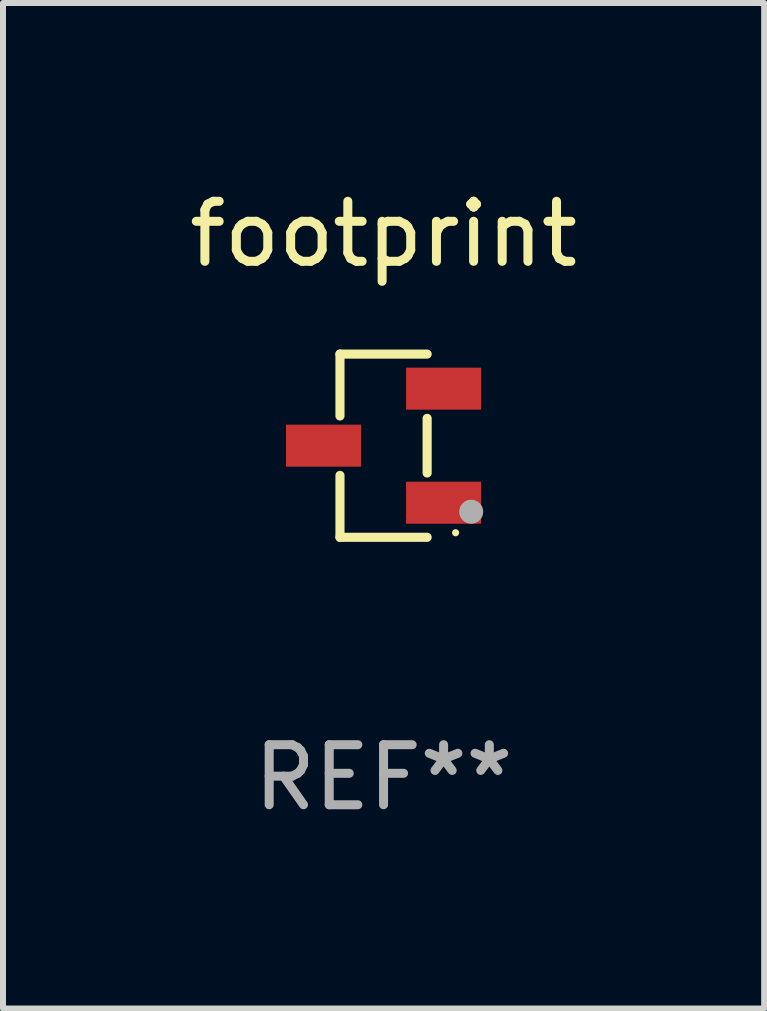
<source format=kicad_pcb>
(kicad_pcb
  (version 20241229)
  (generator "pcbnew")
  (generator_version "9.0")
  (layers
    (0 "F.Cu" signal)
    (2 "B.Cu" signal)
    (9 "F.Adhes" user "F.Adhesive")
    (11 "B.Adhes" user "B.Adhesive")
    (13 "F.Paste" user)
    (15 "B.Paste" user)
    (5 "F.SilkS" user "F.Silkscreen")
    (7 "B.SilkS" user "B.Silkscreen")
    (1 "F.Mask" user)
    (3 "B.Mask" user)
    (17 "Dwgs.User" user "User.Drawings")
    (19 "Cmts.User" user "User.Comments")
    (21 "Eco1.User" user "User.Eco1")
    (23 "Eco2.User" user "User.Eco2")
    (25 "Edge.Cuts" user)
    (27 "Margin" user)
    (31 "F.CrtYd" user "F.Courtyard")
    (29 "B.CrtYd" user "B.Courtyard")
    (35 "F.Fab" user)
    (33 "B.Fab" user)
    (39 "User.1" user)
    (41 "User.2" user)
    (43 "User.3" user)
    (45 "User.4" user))
  (footprint "footprint"
    (layer "F.Cu")
    (at 3.339 4.374)
    (property "Reference" "footprint" (at 0 -3.526 0) (layer "F.SilkS") (effects (font (size 1 1) (thickness 0.15))))
    (attr smd)
    (fp_line (start -0.726 -1.526) (end -0.726 -0.495) (stroke (width 0.152) (type solid)) (layer "F.SilkS"))
    (fp_line (start -0.726 1.526) (end -0.726 0.495) (stroke (width 0.152) (type solid)) (layer "F.SilkS"))
    (fp_line (start 0.726 -1.526) (end -0.726 -1.526) (stroke (width 0.152) (type solid)) (layer "F.SilkS"))
    (fp_line (start 0.726 -0.455) (end 0.726 0.455) (stroke (width 0.152) (type solid)) (layer "F.SilkS"))
    (fp_line (start 0.726 1.526) (end -0.726 1.526) (stroke (width 0.152) (type solid)) (layer "F.SilkS"))
    (fp_circle (center 1.2 1.45) (end 1.23 1.45) (stroke (width 0.06) (type solid)) (fill no) (layer "F.SilkS"))
    (fp_circle (center 1.46 1.1) (end 1.56 1.1) (stroke (width 0.2) (type solid)) (fill no) (layer "F.Fab"))
    (fp_text user "REF**" (at 0 5.526 0) (layer "F.Fab") (effects (font (size 1 1) (thickness 0.15))))
    (pad "1" smd rect (at 1 0.95) (size 1.25 0.7) (layers "F.Cu" "F.Mask" "F.Paste"))
    (pad "2" smd rect (at 1 -0.95) (size 1.25 0.7) (layers "F.Cu" "F.Mask" "F.Paste"))
    (pad "3" smd rect (at -1 0) (size 1.25 0.7) (layers "F.Cu" "F.Mask" "F.Paste")))
  (gr_rect
    (start -3 -3)
    (end 9.679 13.749)
    (stroke (width 0.1) (type default))
    (fill no)
    (layer "Edge.Cuts")))
</source>
